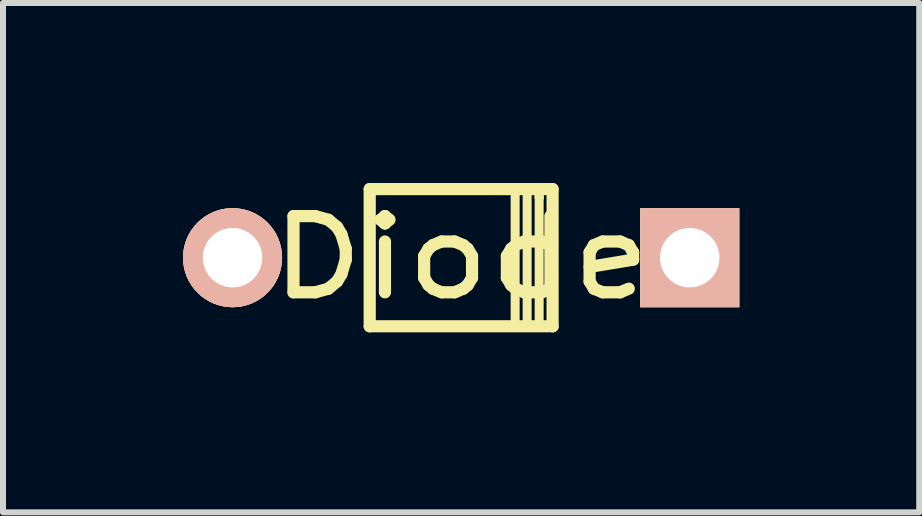
<source format=kicad_pcb>
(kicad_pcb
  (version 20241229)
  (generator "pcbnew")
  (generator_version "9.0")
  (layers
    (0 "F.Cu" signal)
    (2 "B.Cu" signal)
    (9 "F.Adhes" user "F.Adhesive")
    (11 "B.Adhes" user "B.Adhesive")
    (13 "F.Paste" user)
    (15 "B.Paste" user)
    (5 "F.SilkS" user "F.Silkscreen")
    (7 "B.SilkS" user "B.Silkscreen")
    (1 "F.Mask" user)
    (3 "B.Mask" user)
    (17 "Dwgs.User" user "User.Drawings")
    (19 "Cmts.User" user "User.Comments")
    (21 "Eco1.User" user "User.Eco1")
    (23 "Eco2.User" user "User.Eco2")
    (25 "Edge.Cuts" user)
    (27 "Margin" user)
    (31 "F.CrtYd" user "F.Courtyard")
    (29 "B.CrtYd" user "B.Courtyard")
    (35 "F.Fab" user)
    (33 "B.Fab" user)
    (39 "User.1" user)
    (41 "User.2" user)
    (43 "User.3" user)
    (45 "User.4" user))
  (footprint "Diode"
    (layer "F.Cu")
    (at 4.636 1.245)
    (property "Reference" "Diode" (at 0 0 0) (layer "F.SilkS") (effects (font (size 1.27 1.524) (thickness 0.203))))
    (attr through_hole)
    (fp_line (start -1.524 -1.143) (end 1.524 -1.143) (stroke (width 0.203) (type solid)) (layer "F.SilkS"))
    (fp_line (start -1.524 1.143) (end -1.524 -1.143) (stroke (width 0.203) (type solid)) (layer "F.SilkS"))
    (fp_line (start 0.9 1.1) (end 0.9 -1.1) (stroke (width 0.15) (type solid)) (layer "F.SilkS"))
    (fp_line (start 1.1 -1.1) (end 1.1 1.1) (stroke (width 0.15) (type solid)) (layer "F.SilkS"))
    (fp_line (start 1.3 -1.1) (end 1.3 -1) (stroke (width 0.15) (type solid)) (layer "F.SilkS"))
    (fp_line (start 1.3 -1) (end 1.3 -1.1) (stroke (width 0.15) (type solid)) (layer "F.SilkS"))
    (fp_line (start 1.3 1.1) (end 1.3 -1) (stroke (width 0.15) (type solid)) (layer "F.SilkS"))
    (fp_line (start 1.524 -1.143) (end 1.524 1.143) (stroke (width 0.203) (type solid)) (layer "F.SilkS"))
    (fp_line (start 1.524 1.143) (end -1.524 1.143) (stroke (width 0.203) (type solid)) (layer "F.SilkS"))
    (pad "1" thru_hole rect (at 3.81 0) (size 1.651 1.651) (drill 0.991) (layers "*.Cu" "*.SilkS" "*.Mask"))
    (pad "2" thru_hole circle (at -3.81 0) (size 1.651 1.651) (drill 0.991) (layers "*.Cu" "*.SilkS" "*.Mask")))
  (gr_rect
    (start -3 -3)
    (end 12.271 5.489)
    (stroke (width 0.1) (type default))
    (fill no)
    (layer "Edge.Cuts")))
</source>
